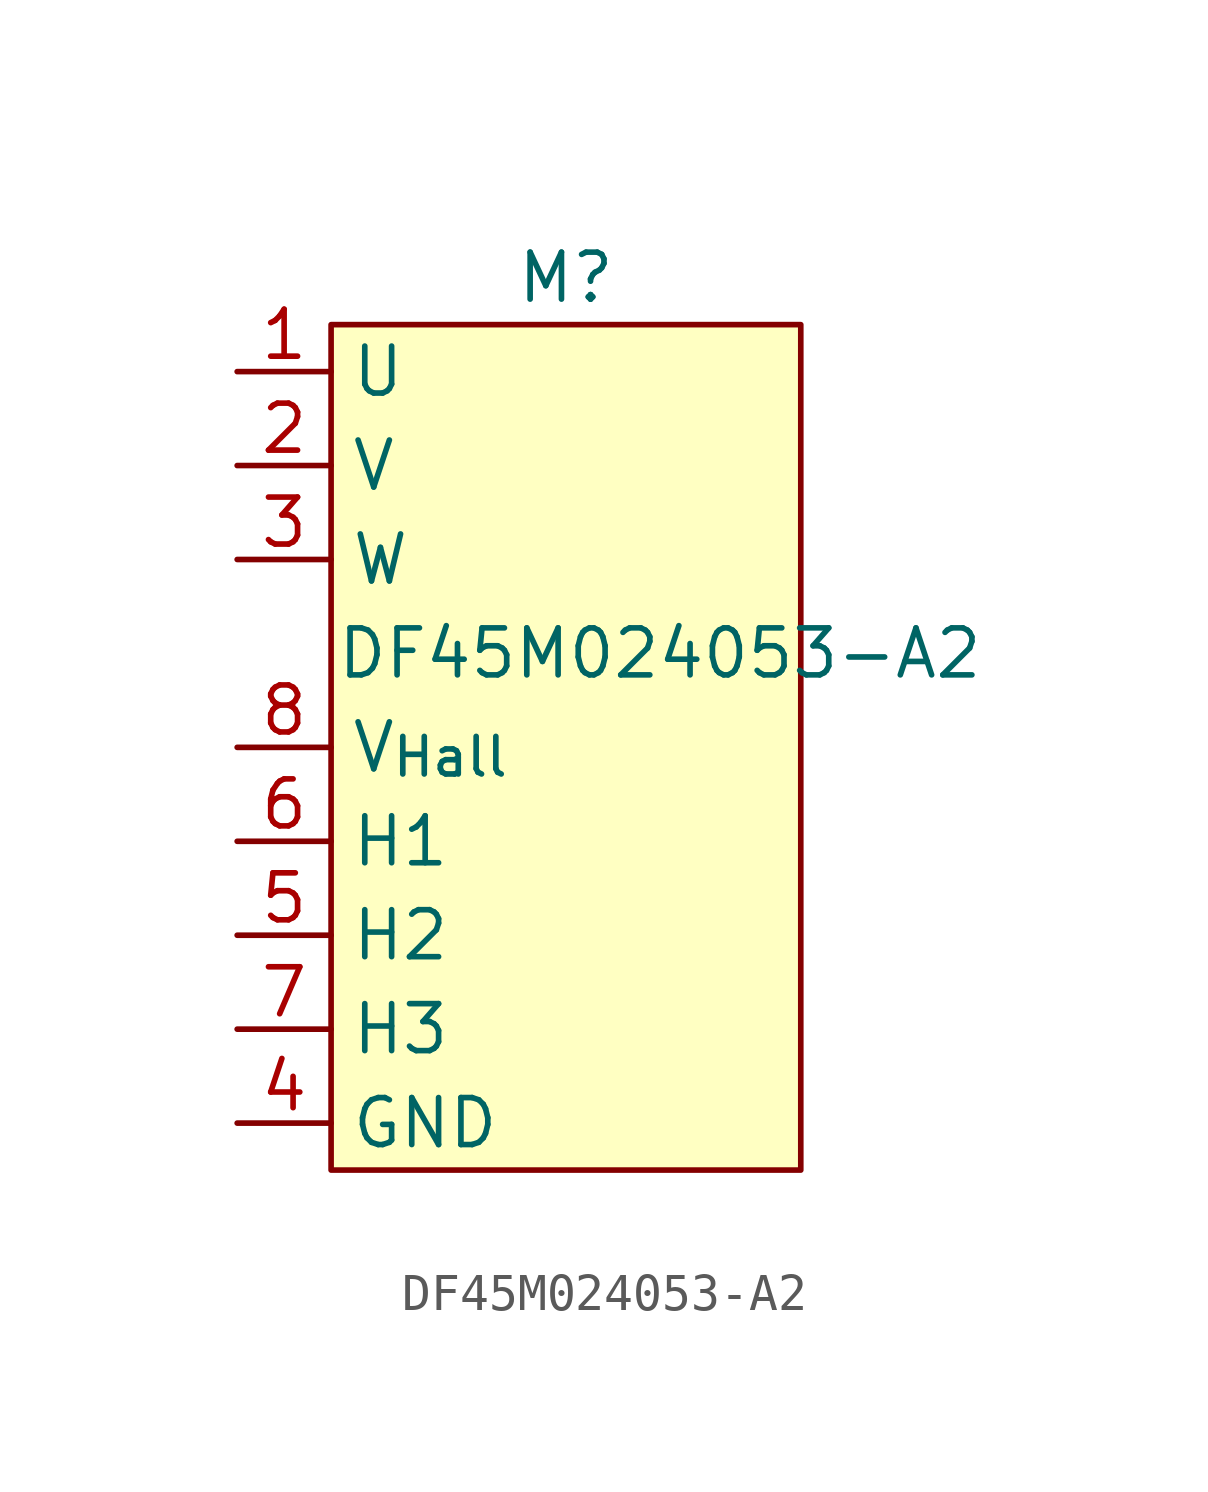
<source format=kicad_sym>
(kicad_symbol_lib
  (version 20231120)
  (generator "kicad_symbol_editor")
  (generator_version "8.0")
  (symbol "DF45M024053-A2"
    (property "Reference" "M"
      (at 0 12.7 0)
      (effects (font (size 1.27 1.27))))
    (property "Value" "DF45M024053-A2"
      (at 2.54 2.54 0)
      (effects (font (size 1.27 1.27))))
    (symbol "DF45M024053-A2_1_1"
      (rectangle (start -6.35 11.43) (end 6.35 -11.43) (stroke (width 0) (type default)) (fill (type background)))
      (pin input line (at -8.89 10.16 0) (length 2.54) (name "U" (effects (font (size 1.27 1.27)))) (number "1" (effects (font (size 1.27 1.27)))))
      (pin input line (at -8.89 7.62 0) (length 2.54) (name "V" (effects (font (size 1.27 1.27)))) (number "2" (effects (font (size 1.27 1.27)))))
      (pin input line (at -8.89 5.08 0) (length 2.54) (name "W" (effects (font (size 1.27 1.27)))) (number "3" (effects (font (size 1.27 1.27)))))
      (pin power_in line (at -8.89 -10.16 0) (length 2.54) (name "GND" (effects (font (size 1.27 1.27)))) (number "4" (effects (font (size 1.27 1.27)))))
      (pin input line (at -8.89 -5.08 0) (length 2.54) (name "H2" (effects (font (size 1.27 1.27)))) (number "5" (effects (font (size 1.27 1.27)))))
      (pin input line (at -8.89 -2.54 0) (length 2.54) (name "H1" (effects (font (size 1.27 1.27)))) (number "6" (effects (font (size 1.27 1.27)))))
      (pin input line (at -8.89 -7.62 0) (length 2.54) (name "H3" (effects (font (size 1.27 1.27)))) (number "7" (effects (font (size 1.27 1.27)))))
      (pin power_in line (at -8.89 0 0) (length 2.54) (name "V_{Hall}" (effects (font (size 1.27 1.27)))) (number "8" (effects (font (size 1.27 1.27))))))))
</source>
